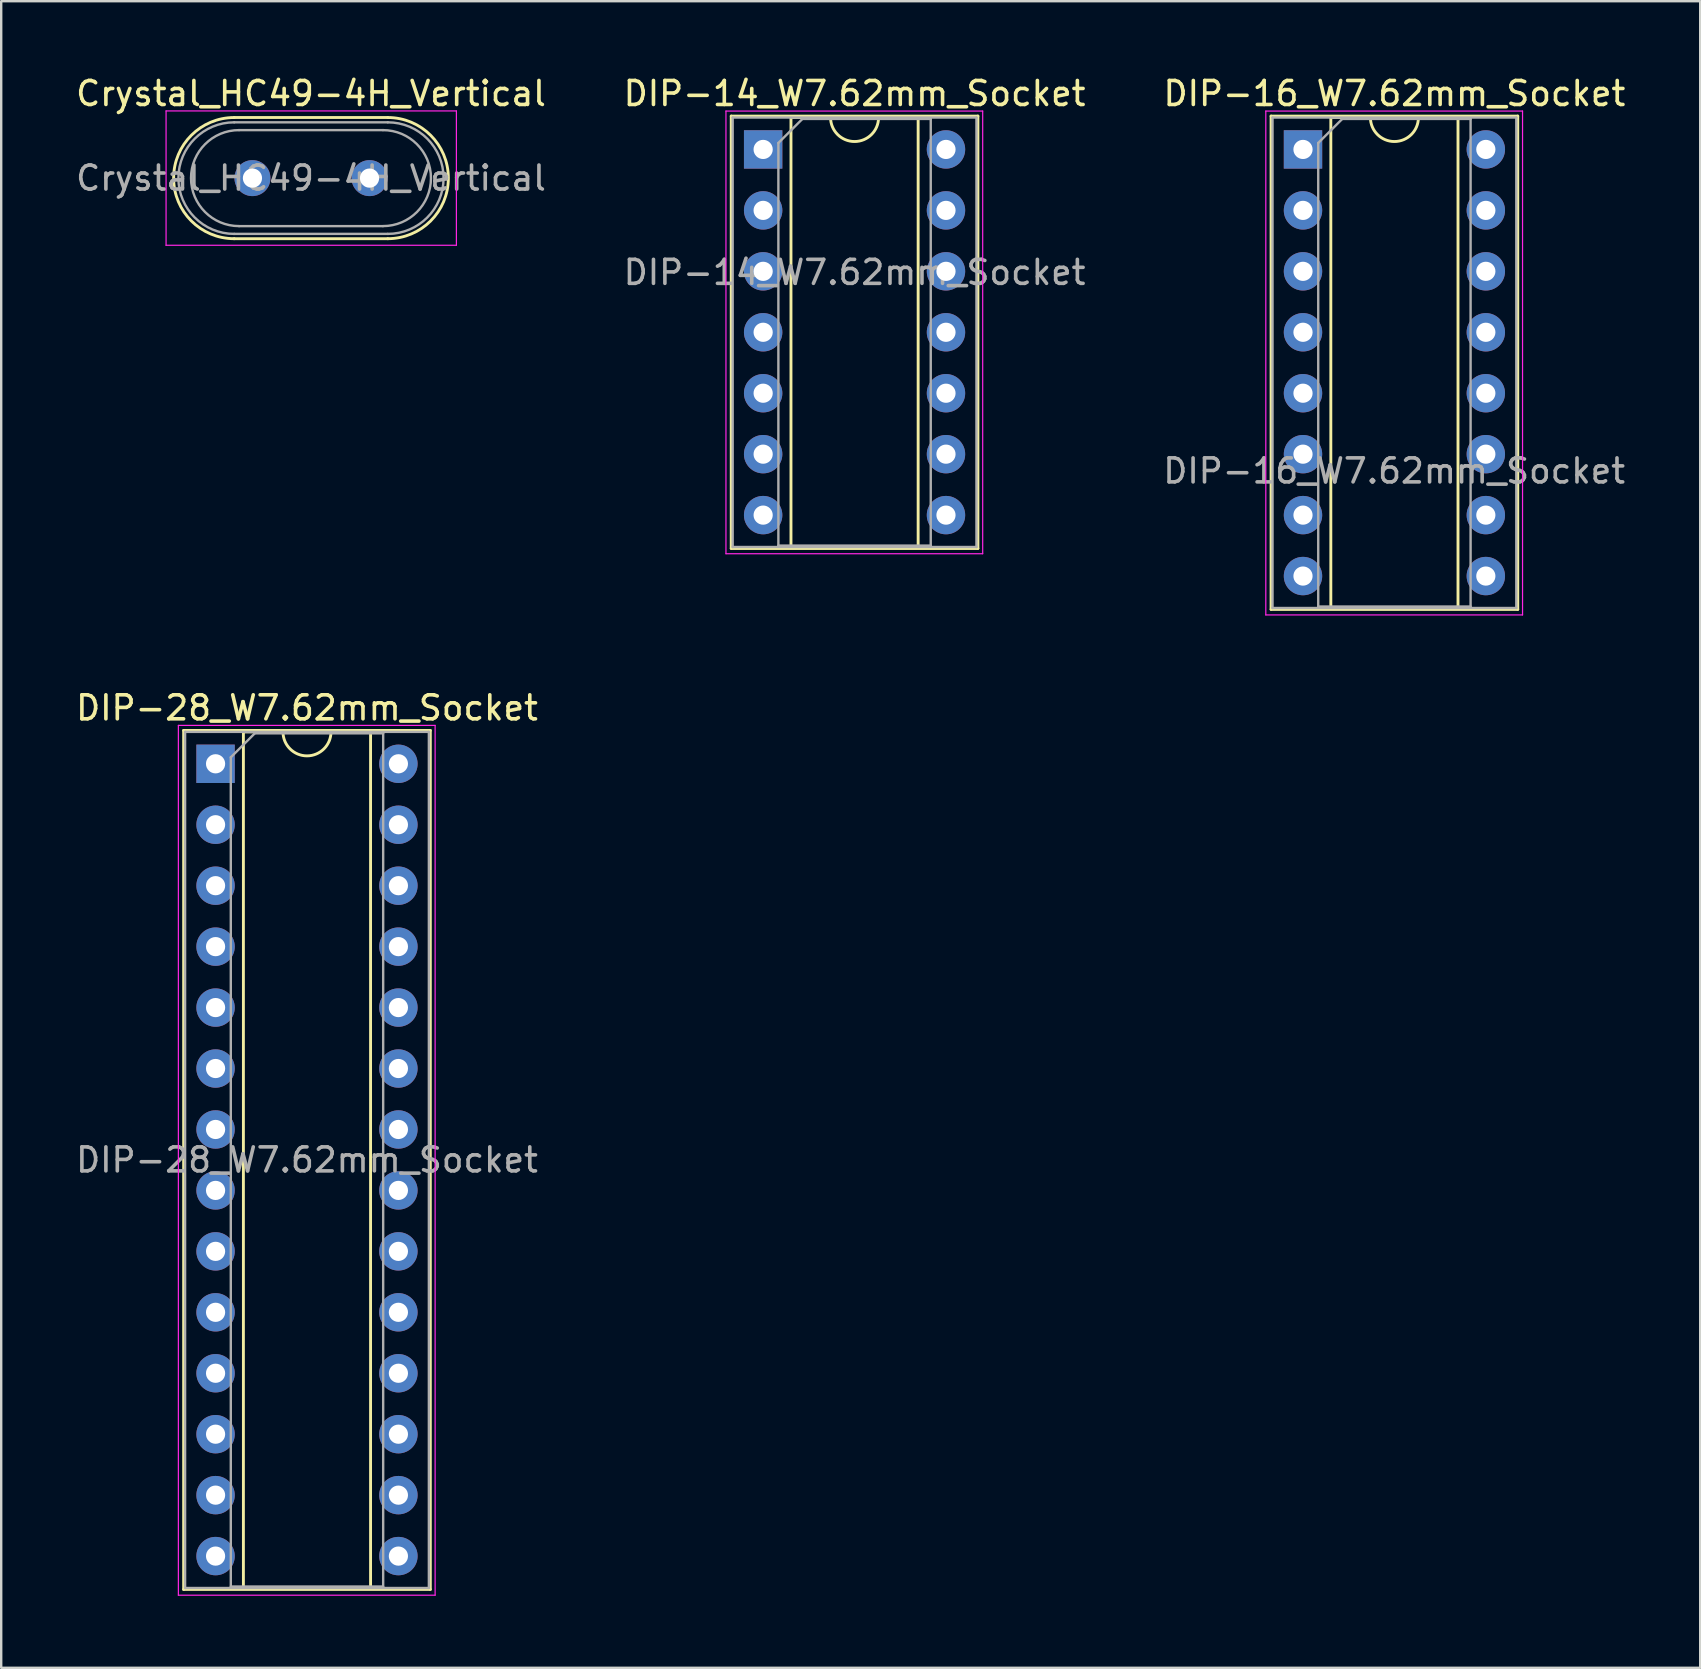
<source format=kicad_pcb>
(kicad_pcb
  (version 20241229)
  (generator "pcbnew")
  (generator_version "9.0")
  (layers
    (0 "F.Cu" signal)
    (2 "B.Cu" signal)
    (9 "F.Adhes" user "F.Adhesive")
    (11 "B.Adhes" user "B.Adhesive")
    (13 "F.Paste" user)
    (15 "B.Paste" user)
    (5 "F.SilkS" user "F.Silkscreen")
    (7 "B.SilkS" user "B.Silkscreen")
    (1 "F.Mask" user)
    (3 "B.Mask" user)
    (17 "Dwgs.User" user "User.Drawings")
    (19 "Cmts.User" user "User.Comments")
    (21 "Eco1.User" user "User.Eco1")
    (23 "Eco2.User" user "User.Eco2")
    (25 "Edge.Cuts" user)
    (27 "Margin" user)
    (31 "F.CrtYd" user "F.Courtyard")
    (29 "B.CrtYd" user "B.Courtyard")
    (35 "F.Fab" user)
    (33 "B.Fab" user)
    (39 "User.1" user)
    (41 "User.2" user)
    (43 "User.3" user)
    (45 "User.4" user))
  (footprint "DIP-28_W7.62mm_Socket"
    (layer "F.Cu")
    (at 5.934 28.782)
    (property "Reference" "DIP-28_W7.62mm_Socket" (at 3.81 -2.33 0) (layer "F.SilkS") (effects (font (size 1 1) (thickness 0.15))))
    (attr through_hole)
    (fp_line (start -1.33 -1.39) (end -1.33 34.41) (stroke (width 0.12) (type solid)) (layer "F.SilkS"))
    (fp_line (start -1.33 34.41) (end 8.95 34.41) (stroke (width 0.12) (type solid)) (layer "F.SilkS"))
    (fp_line (start 1.16 -1.33) (end 1.16 34.35) (stroke (width 0.12) (type solid)) (layer "F.SilkS"))
    (fp_line (start 1.16 34.35) (end 6.46 34.35) (stroke (width 0.12) (type solid)) (layer "F.SilkS"))
    (fp_line (start 2.81 -1.33) (end 1.16 -1.33) (stroke (width 0.12) (type solid)) (layer "F.SilkS"))
    (fp_line (start 6.46 -1.33) (end 4.81 -1.33) (stroke (width 0.12) (type solid)) (layer "F.SilkS"))
    (fp_line (start 6.46 34.35) (end 6.46 -1.33) (stroke (width 0.12) (type solid)) (layer "F.SilkS"))
    (fp_line (start 8.95 -1.39) (end -1.33 -1.39) (stroke (width 0.12) (type solid)) (layer "F.SilkS"))
    (fp_line (start 8.95 34.41) (end 8.95 -1.39) (stroke (width 0.12) (type solid)) (layer "F.SilkS"))
    (fp_arc (start 4.81 -1.33) (mid 3.81 -0.33) (end 2.81 -1.33) (stroke (width 0.12) (type solid)) (layer "F.SilkS"))
    (fp_line (start -1.55 -1.6) (end -1.55 34.65) (stroke (width 0.05) (type solid)) (layer "F.CrtYd"))
    (fp_line (start -1.55 34.65) (end 9.15 34.65) (stroke (width 0.05) (type solid)) (layer "F.CrtYd"))
    (fp_line (start 9.15 -1.6) (end -1.55 -1.6) (stroke (width 0.05) (type solid)) (layer "F.CrtYd"))
    (fp_line (start 9.15 34.65) (end 9.15 -1.6) (stroke (width 0.05) (type solid)) (layer "F.CrtYd"))
    (fp_line (start -1.27 -1.33) (end -1.27 34.35) (stroke (width 0.1) (type solid)) (layer "F.Fab"))
    (fp_line (start -1.27 34.35) (end 8.89 34.35) (stroke (width 0.1) (type solid)) (layer "F.Fab"))
    (fp_line (start 0.635 -0.27) (end 1.635 -1.27) (stroke (width 0.1) (type solid)) (layer "F.Fab"))
    (fp_line (start 0.635 34.29) (end 0.635 -0.27) (stroke (width 0.1) (type solid)) (layer "F.Fab"))
    (fp_line (start 1.635 -1.27) (end 6.985 -1.27) (stroke (width 0.1) (type solid)) (layer "F.Fab"))
    (fp_line (start 6.985 -1.27) (end 6.985 34.29) (stroke (width 0.1) (type solid)) (layer "F.Fab"))
    (fp_line (start 6.985 34.29) (end 0.635 34.29) (stroke (width 0.1) (type solid)) (layer "F.Fab"))
    (fp_line (start 8.89 -1.33) (end -1.27 -1.33) (stroke (width 0.1) (type solid)) (layer "F.Fab"))
    (fp_line (start 8.89 34.35) (end 8.89 -1.33) (stroke (width 0.1) (type solid)) (layer "F.Fab"))
    (fp_text user "${REFERENCE}" (at 3.81 16.51 0) (layer "F.Fab") (effects (font (size 1 1) (thickness 0.15))))
    (pad "1" thru_hole rect (at 0 0) (size 1.6 1.6) (drill 0.8) (layers "*.Cu" "*.Mask"))
    (pad "2" thru_hole oval (at 0 2.54) (size 1.6 1.6) (drill 0.8) (layers "*.Cu" "*.Mask"))
    (pad "3" thru_hole oval (at 0 5.08) (size 1.6 1.6) (drill 0.8) (layers "*.Cu" "*.Mask"))
    (pad "4" thru_hole oval (at 0 7.62) (size 1.6 1.6) (drill 0.8) (layers "*.Cu" "*.Mask"))
    (pad "5" thru_hole oval (at 0 10.16) (size 1.6 1.6) (drill 0.8) (layers "*.Cu" "*.Mask"))
    (pad "6" thru_hole oval (at 0 12.7) (size 1.6 1.6) (drill 0.8) (layers "*.Cu" "*.Mask"))
    (pad "7" thru_hole oval (at 0 15.24) (size 1.6 1.6) (drill 0.8) (layers "*.Cu" "*.Mask"))
    (pad "8" thru_hole oval (at 0 17.78) (size 1.6 1.6) (drill 0.8) (layers "*.Cu" "*.Mask"))
    (pad "9" thru_hole oval (at 0 20.32) (size 1.6 1.6) (drill 0.8) (layers "*.Cu" "*.Mask"))
    (pad "10" thru_hole oval (at 0 22.86) (size 1.6 1.6) (drill 0.8) (layers "*.Cu" "*.Mask"))
    (pad "11" thru_hole oval (at 0 25.4) (size 1.6 1.6) (drill 0.8) (layers "*.Cu" "*.Mask"))
    (pad "12" thru_hole oval (at 0 27.94) (size 1.6 1.6) (drill 0.8) (layers "*.Cu" "*.Mask"))
    (pad "13" thru_hole oval (at 0 30.48) (size 1.6 1.6) (drill 0.8) (layers "*.Cu" "*.Mask"))
    (pad "14" thru_hole oval (at 0 33.02) (size 1.6 1.6) (drill 0.8) (layers "*.Cu" "*.Mask"))
    (pad "15" thru_hole oval (at 7.62 33.02) (size 1.6 1.6) (drill 0.8) (layers "*.Cu" "*.Mask"))
    (pad "16" thru_hole oval (at 7.62 30.48) (size 1.6 1.6) (drill 0.8) (layers "*.Cu" "*.Mask"))
    (pad "17" thru_hole oval (at 7.62 27.94) (size 1.6 1.6) (drill 0.8) (layers "*.Cu" "*.Mask"))
    (pad "18" thru_hole oval (at 7.62 25.4) (size 1.6 1.6) (drill 0.8) (layers "*.Cu" "*.Mask"))
    (pad "19" thru_hole oval (at 7.62 22.86) (size 1.6 1.6) (drill 0.8) (layers "*.Cu" "*.Mask"))
    (pad "20" thru_hole oval (at 7.62 20.32) (size 1.6 1.6) (drill 0.8) (layers "*.Cu" "*.Mask"))
    (pad "21" thru_hole oval (at 7.62 17.78) (size 1.6 1.6) (drill 0.8) (layers "*.Cu" "*.Mask"))
    (pad "22" thru_hole oval (at 7.62 15.24) (size 1.6 1.6) (drill 0.8) (layers "*.Cu" "*.Mask"))
    (pad "23" thru_hole oval (at 7.62 12.7) (size 1.6 1.6) (drill 0.8) (layers "*.Cu" "*.Mask"))
    (pad "24" thru_hole oval (at 7.62 10.16) (size 1.6 1.6) (drill 0.8) (layers "*.Cu" "*.Mask"))
    (pad "25" thru_hole oval (at 7.62 7.62) (size 1.6 1.6) (drill 0.8) (layers "*.Cu" "*.Mask"))
    (pad "26" thru_hole oval (at 7.62 5.08) (size 1.6 1.6) (drill 0.8) (layers "*.Cu" "*.Mask"))
    (pad "27" thru_hole oval (at 7.62 2.54) (size 1.6 1.6) (drill 0.8) (layers "*.Cu" "*.Mask"))
    (pad "28" thru_hole oval (at 7.62 0) (size 1.6 1.6) (drill 0.8) (layers "*.Cu" "*.Mask")))
  (footprint "Crystal_HC49-4H_Vertical"
    (layer "F.Cu")
    (at 7.471 4.373)
    (property "Reference" "Crystal_HC49-4H_Vertical" (at 2.44 -3.525 0) (layer "F.SilkS") (effects (font (size 1 1) (thickness 0.15))))
    (attr through_hole)
    (fp_line (start -0.76 -2.525) (end 5.64 -2.525) (stroke (width 0.12) (type solid)) (layer "F.SilkS"))
    (fp_line (start -0.76 2.525) (end 5.64 2.525) (stroke (width 0.12) (type solid)) (layer "F.SilkS"))
    (fp_arc (start -0.76 2.525) (mid -3.285 0) (end -0.76 -2.525) (stroke (width 0.12) (type solid)) (layer "F.SilkS"))
    (fp_arc (start 5.64 -2.525) (mid 8.165 0) (end 5.64 2.525) (stroke (width 0.12) (type solid)) (layer "F.SilkS"))
    (fp_line (start -3.6 -2.8) (end -3.6 2.8) (stroke (width 0.05) (type solid)) (layer "F.CrtYd"))
    (fp_line (start -3.6 2.8) (end 8.5 2.8) (stroke (width 0.05) (type solid)) (layer "F.CrtYd"))
    (fp_line (start 8.5 -2.8) (end -3.6 -2.8) (stroke (width 0.05) (type solid)) (layer "F.CrtYd"))
    (fp_line (start 8.5 2.8) (end 8.5 -2.8) (stroke (width 0.05) (type solid)) (layer "F.CrtYd"))
    (fp_line (start -0.76 -2.325) (end 5.64 -2.325) (stroke (width 0.1) (type solid)) (layer "F.Fab"))
    (fp_line (start -0.76 2.325) (end 5.64 2.325) (stroke (width 0.1) (type solid)) (layer "F.Fab"))
    (fp_line (start -0.56 -2) (end 5.44 -2) (stroke (width 0.1) (type solid)) (layer "F.Fab"))
    (fp_line (start -0.56 2) (end 5.44 2) (stroke (width 0.1) (type solid)) (layer "F.Fab"))
    (fp_arc (start -0.76 2.325) (mid -3.085 0) (end -0.76 -2.325) (stroke (width 0.1) (type solid)) (layer "F.Fab"))
    (fp_arc (start -0.56 2) (mid -2.56 0) (end -0.56 -2) (stroke (width 0.1) (type solid)) (layer "F.Fab"))
    (fp_arc (start 5.44 -2) (mid 7.44 0) (end 5.44 2) (stroke (width 0.1) (type solid)) (layer "F.Fab"))
    (fp_arc (start 5.64 -2.325) (mid 7.965 0) (end 5.64 2.325) (stroke (width 0.1) (type solid)) (layer "F.Fab"))
    (fp_text user "${REFERENCE}" (at 2.44 0 0) (layer "F.Fab") (effects (font (size 1 1) (thickness 0.15))))
    (pad "1" thru_hole circle (at 0 0) (size 1.5 1.5) (drill 0.8) (layers "*.Cu" "*.Mask"))
    (pad "2" thru_hole circle (at 4.88 0) (size 1.5 1.5) (drill 0.8) (layers "*.Cu" "*.Mask")))
  (footprint "DIP-14_W7.62mm_Socket"
    (layer "F.Cu")
    (at 28.755 3.178)
    (property "Reference" "DIP-14_W7.62mm_Socket" (at 3.81 -2.33 0) (layer "F.SilkS") (effects (font (size 1 1) (thickness 0.15))))
    (attr through_hole)
    (fp_line (start -1.33 -1.39) (end -1.33 16.63) (stroke (width 0.12) (type solid)) (layer "F.SilkS"))
    (fp_line (start -1.33 16.63) (end 8.95 16.63) (stroke (width 0.12) (type solid)) (layer "F.SilkS"))
    (fp_line (start 1.16 -1.33) (end 1.16 16.57) (stroke (width 0.12) (type solid)) (layer "F.SilkS"))
    (fp_line (start 1.16 16.57) (end 6.46 16.57) (stroke (width 0.12) (type solid)) (layer "F.SilkS"))
    (fp_line (start 2.81 -1.33) (end 1.16 -1.33) (stroke (width 0.12) (type solid)) (layer "F.SilkS"))
    (fp_line (start 6.46 -1.33) (end 4.81 -1.33) (stroke (width 0.12) (type solid)) (layer "F.SilkS"))
    (fp_line (start 6.46 16.57) (end 6.46 -1.33) (stroke (width 0.12) (type solid)) (layer "F.SilkS"))
    (fp_line (start 8.95 -1.39) (end -1.33 -1.39) (stroke (width 0.12) (type solid)) (layer "F.SilkS"))
    (fp_line (start 8.95 16.63) (end 8.95 -1.39) (stroke (width 0.12) (type solid)) (layer "F.SilkS"))
    (fp_arc (start 4.81 -1.33) (mid 3.81 -0.33) (end 2.81 -1.33) (stroke (width 0.12) (type solid)) (layer "F.SilkS"))
    (fp_line (start -1.55 -1.6) (end -1.55 16.85) (stroke (width 0.05) (type solid)) (layer "F.CrtYd"))
    (fp_line (start -1.55 16.85) (end 9.15 16.85) (stroke (width 0.05) (type solid)) (layer "F.CrtYd"))
    (fp_line (start 9.15 -1.6) (end -1.55 -1.6) (stroke (width 0.05) (type solid)) (layer "F.CrtYd"))
    (fp_line (start 9.15 16.85) (end 9.15 -1.6) (stroke (width 0.05) (type solid)) (layer "F.CrtYd"))
    (fp_line (start -1.27 -1.33) (end -1.27 16.57) (stroke (width 0.1) (type solid)) (layer "F.Fab"))
    (fp_line (start -1.27 16.57) (end 8.89 16.57) (stroke (width 0.1) (type solid)) (layer "F.Fab"))
    (fp_line (start 0.635 -0.27) (end 1.635 -1.27) (stroke (width 0.1) (type solid)) (layer "F.Fab"))
    (fp_line (start 0.635 16.51) (end 0.635 -0.27) (stroke (width 0.1) (type solid)) (layer "F.Fab"))
    (fp_line (start 1.635 -1.27) (end 6.985 -1.27) (stroke (width 0.1) (type solid)) (layer "F.Fab"))
    (fp_line (start 6.985 -1.27) (end 6.985 16.51) (stroke (width 0.1) (type solid)) (layer "F.Fab"))
    (fp_line (start 6.985 16.51) (end 0.635 16.51) (stroke (width 0.1) (type solid)) (layer "F.Fab"))
    (fp_line (start 8.89 -1.33) (end -1.27 -1.33) (stroke (width 0.1) (type solid)) (layer "F.Fab"))
    (fp_line (start 8.89 16.57) (end 8.89 -1.33) (stroke (width 0.1) (type solid)) (layer "F.Fab"))
    (fp_text user "${REFERENCE}" (at 3.81 5.125 0) (layer "F.Fab") (effects (font (size 1 1) (thickness 0.15))))
    (pad "1" thru_hole rect (at 0 0) (size 1.6 1.6) (drill 0.8) (layers "*.Cu" "*.Mask"))
    (pad "2" thru_hole oval (at 0 2.54) (size 1.6 1.6) (drill 0.8) (layers "*.Cu" "*.Mask"))
    (pad "3" thru_hole oval (at 0 5.08) (size 1.6 1.6) (drill 0.8) (layers "*.Cu" "*.Mask"))
    (pad "4" thru_hole oval (at 0 7.62) (size 1.6 1.6) (drill 0.8) (layers "*.Cu" "*.Mask"))
    (pad "5" thru_hole oval (at 0 10.16) (size 1.6 1.6) (drill 0.8) (layers "*.Cu" "*.Mask"))
    (pad "6" thru_hole oval (at 0 12.7) (size 1.6 1.6) (drill 0.8) (layers "*.Cu" "*.Mask"))
    (pad "7" thru_hole oval (at 0 15.24) (size 1.6 1.6) (drill 0.8) (layers "*.Cu" "*.Mask"))
    (pad "8" thru_hole oval (at 7.62 15.24) (size 1.6 1.6) (drill 0.8) (layers "*.Cu" "*.Mask"))
    (pad "9" thru_hole oval (at 7.62 12.7) (size 1.6 1.6) (drill 0.8) (layers "*.Cu" "*.Mask"))
    (pad "10" thru_hole oval (at 7.62 10.16) (size 1.6 1.6) (drill 0.8) (layers "*.Cu" "*.Mask"))
    (pad "11" thru_hole oval (at 7.62 7.62) (size 1.6 1.6) (drill 0.8) (layers "*.Cu" "*.Mask"))
    (pad "12" thru_hole oval (at 7.62 5.08) (size 1.6 1.6) (drill 0.8) (layers "*.Cu" "*.Mask"))
    (pad "13" thru_hole oval (at 7.62 2.54) (size 1.6 1.6) (drill 0.8) (layers "*.Cu" "*.Mask"))
    (pad "14" thru_hole oval (at 7.62 0) (size 1.6 1.6) (drill 0.8) (layers "*.Cu" "*.Mask")))
  (footprint "DIP-16_W7.62mm_Socket"
    (layer "F.Cu")
    (at 51.254 3.178)
    (property "Reference" "DIP-16_W7.62mm_Socket" (at 3.81 -2.33 180) (layer "F.SilkS") (effects (font (size 1 1) (thickness 0.15))))
    (attr through_hole)
    (fp_line (start -1.33 -1.39) (end -1.33 19.17) (stroke (width 0.12) (type solid)) (layer "F.SilkS"))
    (fp_line (start -1.33 19.17) (end 8.95 19.17) (stroke (width 0.12) (type solid)) (layer "F.SilkS"))
    (fp_line (start 1.16 -1.33) (end 1.16 19.11) (stroke (width 0.12) (type solid)) (layer "F.SilkS"))
    (fp_line (start 1.16 19.11) (end 6.46 19.11) (stroke (width 0.12) (type solid)) (layer "F.SilkS"))
    (fp_line (start 2.81 -1.33) (end 1.16 -1.33) (stroke (width 0.12) (type solid)) (layer "F.SilkS"))
    (fp_line (start 6.46 -1.33) (end 4.81 -1.33) (stroke (width 0.12) (type solid)) (layer "F.SilkS"))
    (fp_line (start 6.46 19.11) (end 6.46 -1.33) (stroke (width 0.12) (type solid)) (layer "F.SilkS"))
    (fp_line (start 8.95 -1.39) (end -1.33 -1.39) (stroke (width 0.12) (type solid)) (layer "F.SilkS"))
    (fp_line (start 8.95 19.17) (end 8.95 -1.39) (stroke (width 0.12) (type solid)) (layer "F.SilkS"))
    (fp_arc (start 4.81 -1.33) (mid 3.81 -0.33) (end 2.81 -1.33) (stroke (width 0.12) (type solid)) (layer "F.SilkS"))
    (fp_line (start -1.55 -1.6) (end -1.55 19.4) (stroke (width 0.05) (type solid)) (layer "F.CrtYd"))
    (fp_line (start -1.55 19.4) (end 9.15 19.4) (stroke (width 0.05) (type solid)) (layer "F.CrtYd"))
    (fp_line (start 9.15 -1.6) (end -1.55 -1.6) (stroke (width 0.05) (type solid)) (layer "F.CrtYd"))
    (fp_line (start 9.15 19.4) (end 9.15 -1.6) (stroke (width 0.05) (type solid)) (layer "F.CrtYd"))
    (fp_line (start -1.27 -1.33) (end -1.27 19.11) (stroke (width 0.1) (type solid)) (layer "F.Fab"))
    (fp_line (start -1.27 19.11) (end 8.89 19.11) (stroke (width 0.1) (type solid)) (layer "F.Fab"))
    (fp_line (start 0.635 -0.27) (end 1.635 -1.27) (stroke (width 0.1) (type solid)) (layer "F.Fab"))
    (fp_line (start 0.635 19.05) (end 0.635 -0.27) (stroke (width 0.1) (type solid)) (layer "F.Fab"))
    (fp_line (start 1.635 -1.27) (end 6.985 -1.27) (stroke (width 0.1) (type solid)) (layer "F.Fab"))
    (fp_line (start 6.985 -1.27) (end 6.985 19.05) (stroke (width 0.1) (type solid)) (layer "F.Fab"))
    (fp_line (start 6.985 19.05) (end 0.635 19.05) (stroke (width 0.1) (type solid)) (layer "F.Fab"))
    (fp_line (start 8.89 -1.33) (end -1.27 -1.33) (stroke (width 0.1) (type solid)) (layer "F.Fab"))
    (fp_line (start 8.89 19.11) (end 8.89 -1.33) (stroke (width 0.1) (type solid)) (layer "F.Fab"))
    (fp_text user "${REFERENCE}" (at 3.8 13.4 180) (layer "F.Fab") (effects (font (size 1 1) (thickness 0.15))))
    (pad "1" thru_hole rect (at 0 0) (size 1.6 1.6) (drill 0.8) (layers "*.Cu" "*.Mask"))
    (pad "2" thru_hole oval (at 0 2.54) (size 1.6 1.6) (drill 0.8) (layers "*.Cu" "*.Mask"))
    (pad "3" thru_hole oval (at 0 5.08) (size 1.6 1.6) (drill 0.8) (layers "*.Cu" "*.Mask"))
    (pad "4" thru_hole oval (at 0 7.62) (size 1.6 1.6) (drill 0.8) (layers "*.Cu" "*.Mask"))
    (pad "5" thru_hole oval (at 0 10.16) (size 1.6 1.6) (drill 0.8) (layers "*.Cu" "*.Mask"))
    (pad "6" thru_hole oval (at 0 12.7) (size 1.6 1.6) (drill 0.8) (layers "*.Cu" "*.Mask"))
    (pad "7" thru_hole oval (at 0 15.24) (size 1.6 1.6) (drill 0.8) (layers "*.Cu" "*.Mask"))
    (pad "8" thru_hole oval (at 0 17.78) (size 1.6 1.6) (drill 0.8) (layers "*.Cu" "*.Mask"))
    (pad "9" thru_hole oval (at 7.62 17.78) (size 1.6 1.6) (drill 0.8) (layers "*.Cu" "*.Mask"))
    (pad "10" thru_hole oval (at 7.62 15.24) (size 1.6 1.6) (drill 0.8) (layers "*.Cu" "*.Mask"))
    (pad "11" thru_hole oval (at 7.62 12.7) (size 1.6 1.6) (drill 0.8) (layers "*.Cu" "*.Mask"))
    (pad "12" thru_hole oval (at 7.62 10.16) (size 1.6 1.6) (drill 0.8) (layers "*.Cu" "*.Mask"))
    (pad "13" thru_hole oval (at 7.62 7.62) (size 1.6 1.6) (drill 0.8) (layers "*.Cu" "*.Mask"))
    (pad "14" thru_hole oval (at 7.62 5.08) (size 1.6 1.6) (drill 0.8) (layers "*.Cu" "*.Mask"))
    (pad "15" thru_hole oval (at 7.62 2.54) (size 1.6 1.6) (drill 0.8) (layers "*.Cu" "*.Mask"))
    (pad "16" thru_hole oval (at 7.62 0) (size 1.6 1.6) (drill 0.8) (layers "*.Cu" "*.Mask")))
  (gr_rect
    (start -3 -3)
    (end 67.808 66.457)
    (stroke (width 0.1) (type default))
    (fill no)
    (layer "Edge.Cuts")))
</source>
